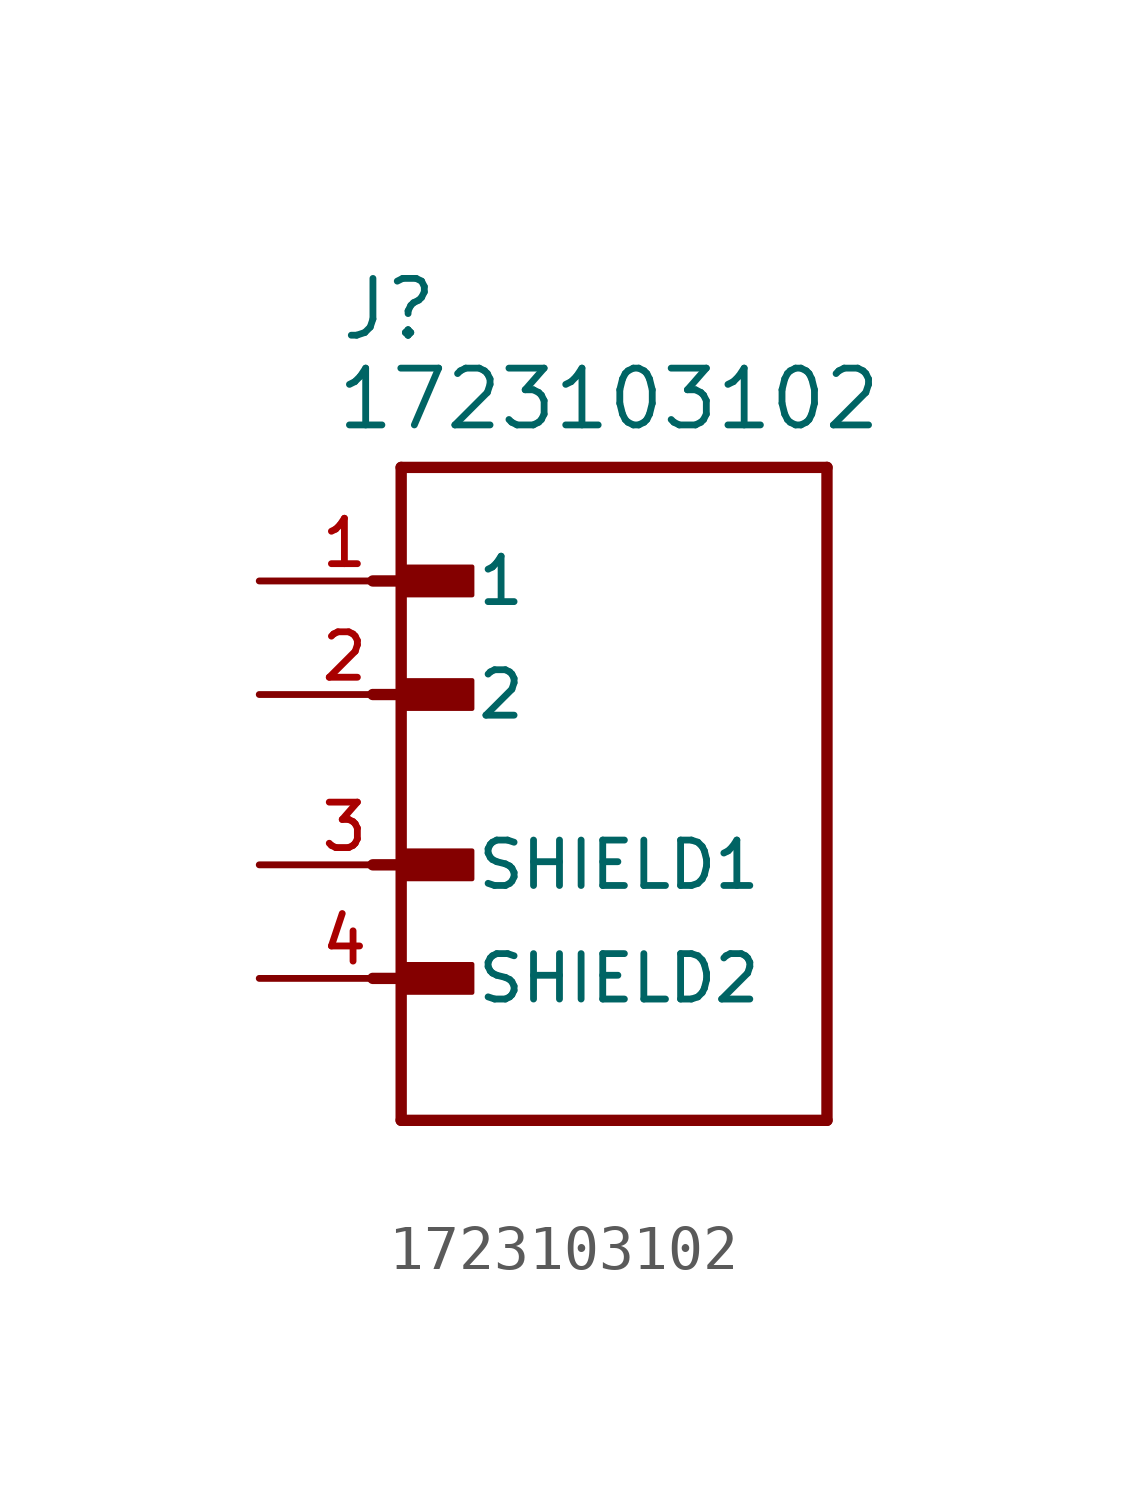
<source format=kicad_sym>
(kicad_symbol_lib
  (version 20241209)
  (generator "kicad_symbol_editor")
  (generator_version "9.0")
  (symbol "1723103102"
    (pin_names
      (offset 1.016))
    (property "Reference" "J"
      (at -4.572 9.144 0)
      (effects (font (size 1.27 1.27)) (justify left bottom)))
    (property "Value" "1723103102"
      (at -4.674 7.137 0)
      (effects (font (size 1.27 1.27)) (justify left bottom)))
    (symbol "1723103102_0_0"
      (polyline (pts (xy -3.81 3.81) (xy -1.905 3.81)) (stroke (width 0.254) (type default)) (fill (type none)))
      (polyline (pts (xy -3.81 1.27) (xy -1.905 1.27)) (stroke (width 0.254) (type default)) (fill (type none)))
      (polyline (pts (xy -3.81 -2.54) (xy -1.905 -2.54)) (stroke (width 0.254) (type default)) (fill (type none)))
      (polyline (pts (xy -3.81 -5.08) (xy -1.905 -5.08)) (stroke (width 0.254) (type default)) (fill (type none)))
      (polyline (pts (xy -3.175 6.35) (xy -3.175 -8.255)) (stroke (width 0.254) (type default)) (fill (type none)))
      (rectangle (start -3.175 3.493) (end -1.587 4.128) (stroke (width 0.1) (type default)) (fill (type outline)))
      (rectangle (start -3.175 0.953) (end -1.587 1.587) (stroke (width 0.1) (type default)) (fill (type outline)))
      (rectangle (start -3.175 -2.857) (end -1.587 -2.223) (stroke (width 0.1) (type default)) (fill (type outline)))
      (rectangle (start -3.175 -5.397) (end -1.587 -4.763) (stroke (width 0.1) (type default)) (fill (type outline)))
      (polyline (pts (xy -3.175 -8.255) (xy 6.35 -8.255)) (stroke (width 0.254) (type default)) (fill (type none)))
      (polyline (pts (xy 6.35 6.35) (xy -3.175 6.35)) (stroke (width 0.254) (type default)) (fill (type none)))
      (polyline (pts (xy 6.35 -8.255) (xy 6.35 6.35)) (stroke (width 0.254) (type default)) (fill (type none)))
      (pin passive line (at -6.35 3.81 0) (length 3.81) (name "1" (effects (font (size 1.016 1.016)))) (number "1" (effects (font (size 1.016 1.016)))))
      (pin passive line (at -6.35 1.27 0) (length 3.81) (name "2" (effects (font (size 1.016 1.016)))) (number "2" (effects (font (size 1.016 1.016))))))
    (symbol "1723103102_1_0"
      (pin passive line (at -6.35 -2.54 0) (length 3.81) (name "SHIELD1" (effects (font (size 1.016 1.016)))) (number "3" (effects (font (size 1.016 1.016)))))
      (pin passive line (at -6.35 -5.08 0) (length 3.81) (name "SHIELD2" (effects (font (size 1.016 1.016)))) (number "4" (effects (font (size 1.016 1.016))))))))
</source>
